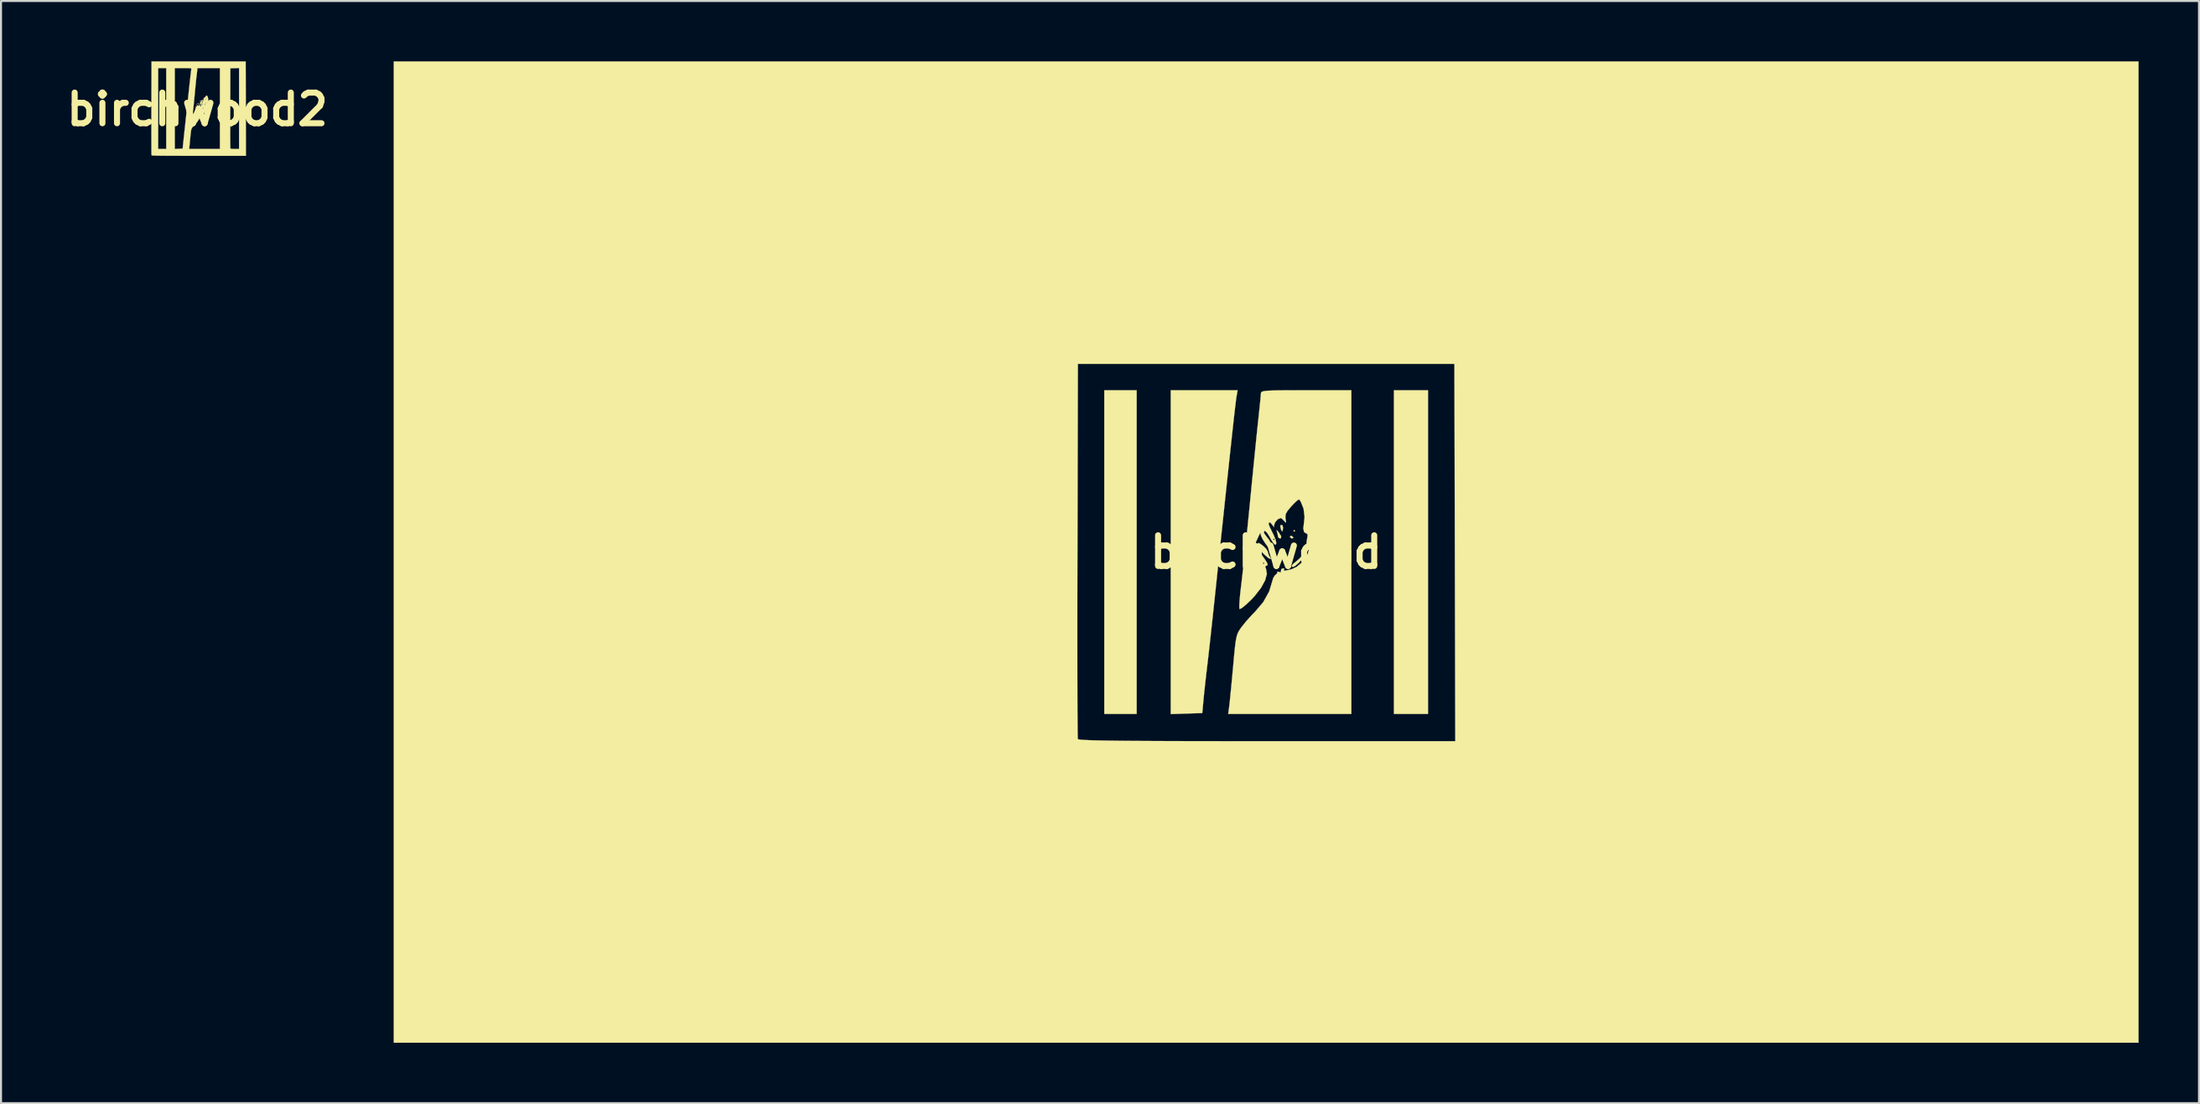
<source format=kicad_pcb>
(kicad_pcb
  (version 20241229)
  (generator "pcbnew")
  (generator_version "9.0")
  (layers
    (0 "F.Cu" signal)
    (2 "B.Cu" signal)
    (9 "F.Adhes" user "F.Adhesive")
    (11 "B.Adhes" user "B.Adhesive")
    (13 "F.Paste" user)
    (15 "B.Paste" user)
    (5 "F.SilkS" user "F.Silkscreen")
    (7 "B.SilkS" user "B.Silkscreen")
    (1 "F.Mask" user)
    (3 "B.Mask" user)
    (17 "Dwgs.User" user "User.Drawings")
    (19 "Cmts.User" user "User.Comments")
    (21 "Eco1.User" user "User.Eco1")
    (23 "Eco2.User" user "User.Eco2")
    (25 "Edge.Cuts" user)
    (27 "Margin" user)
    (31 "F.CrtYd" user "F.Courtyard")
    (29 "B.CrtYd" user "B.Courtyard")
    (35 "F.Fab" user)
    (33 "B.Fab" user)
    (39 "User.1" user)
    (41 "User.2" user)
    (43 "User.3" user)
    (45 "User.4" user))
  (footprint "birchwood2"
    (layer "F.Cu")
    (at 6.756 2.386)
    (property "Reference" "birchwood2" (at 0 0 0) (layer "F.SilkS") (effects (font (size 1.524 1.524) (thickness 0.3))))
    (attr through_hole)
    (fp_poly (pts (xy 0 -0.286) (xy -0.011 -0.275) (xy -0.021 -0.286) (xy -0.011 -0.296) (xy 0 -0.286)) (stroke (width 0.01) (type solid)) (fill yes) (layer "F.SilkS"))
    (fp_poly (pts (xy 0.042 0.095) (xy 0.032 0.106) (xy 0.021 0.095) (xy 0.032 0.085) (xy 0.042 0.095)) (stroke (width 0.01) (type solid)) (fill yes) (layer "F.SilkS"))
    (fp_poly (pts (xy 0.127 -0.413) (xy 0.116 -0.402) (xy 0.106 -0.413) (xy 0.116 -0.423) (xy 0.127 -0.413)) (stroke (width 0.01) (type solid)) (fill yes) (layer "F.SilkS"))
    (fp_poly (pts (xy 0.592 -0.088) (xy 0.593 -0.071) (xy 0.58 -0.021) (xy 0.561 0.012) (xy 0.542 0.035) (xy 0.539 0.027) (xy 0.552 -0.014) (xy 0.554 -0.021) (xy 0.575 -0.081) (xy 0.587 -0.103) (xy 0.592 -0.088)) (stroke (width 0.01) (type solid)) (fill yes) (layer "F.SilkS"))
    (fp_poly (pts (xy -0.023 -0.234) (xy 0.007 -0.203) (xy 0.038 -0.163) (xy 0.073 -0.109) (xy 0.095 -0.073) (xy 0.099 -0.064) (xy 0.082 -0.077) (xy 0.046 -0.112) (xy 0.023 -0.136) (xy -0.017 -0.184) (xy -0.037 -0.223) (xy -0.038 -0.235) (xy -0.023 -0.234)) (stroke (width 0.01) (type solid)) (fill yes) (layer "F.SilkS"))
    (fp_poly (pts (xy -0.044 -0.131) (xy -0.042 -0.121) (xy -0.029 -0.09) (xy 0.005 -0.044) (xy 0.022 -0.023) (xy 0.059 0.02) (xy 0.077 0.05) (xy 0.078 0.056) (xy 0.061 0.047) (xy 0.028 0.012) (xy 0.006 -0.015) (xy -0.045 -0.082) (xy -0.071 -0.123) (xy -0.076 -0.143) (xy -0.065 -0.148) (xy -0.044 -0.131)) (stroke (width 0.01) (type solid)) (fill yes) (layer "F.SilkS"))
    (fp_poly (pts (xy 2.408 -0.037) (xy 2.413 2.307) (xy 0.074 2.307) (xy -0.305 2.307) (xy -0.644 2.307) (xy -0.944 2.306) (xy -1.208 2.306) (xy -1.438 2.305) (xy -1.634 2.303) (xy -1.801 2.302) (xy -1.939 2.3) (xy -2.05 2.298) (xy -2.136 2.295) (xy -2.2 2.292) (xy -2.244 2.288) (xy -2.268 2.285) (xy -2.276 2.281) (xy -2.278 2.256) (xy -2.279 2.193) (xy -2.28 2.092) (xy -2.281 1.957) (xy -2.281 1.791) (xy -2.282 1.596) (xy -2.282 1.376) (xy -2.282 1.132) (xy -2.282 0.868) (xy -2.282 0.586) (xy -2.282 0.29) (xy -2.281 -0.019) (xy -2.281 -0.064) (xy -2.276 -2.053) (xy -1.947 -2.053) (xy -1.947 1.968) (xy -1.545 1.968) (xy -1.545 -2.053) (xy -1.122 -2.053) (xy -1.122 1.97) (xy -1.071 1.968) (xy -0.406 1.968) (xy 1.122 1.968) (xy 1.122 0.756) (xy 1.634 0.756) (xy 1.634 0.998) (xy 1.634 1.219) (xy 1.634 1.416) (xy 1.635 1.586) (xy 1.636 1.727) (xy 1.637 1.835) (xy 1.638 1.907) (xy 1.639 1.94) (xy 1.64 1.942) (xy 1.661 1.956) (xy 1.714 1.964) (xy 1.804 1.968) (xy 1.862 1.968) (xy 2.074 1.968) (xy 2.074 -2.055) (xy 1.857 -2.049) (xy 1.64 -2.043) (xy 1.635 -0.064) (xy 1.634 0.223) (xy 1.634 0.497) (xy 1.634 0.756) (xy 1.122 0.756) (xy 1.122 -2.053) (xy 0.003 -2.053) (xy -0.01 -1.91) (xy -0.021 -1.808) (xy -0.034 -1.696) (xy -0.043 -1.63) (xy -0.05 -1.575) (xy -0.06 -1.484) (xy -0.072 -1.364) (xy -0.087 -1.22) (xy -0.102 -1.06) (xy -0.118 -0.889) (xy -0.126 -0.804) (xy -0.142 -0.63) (xy -0.159 -0.461) (xy -0.174 -0.305) (xy -0.188 -0.169) (xy -0.199 -0.059) (xy -0.208 0.019) (xy -0.211 0.042) (xy -0.228 0.173) (xy -0.243 0.302) (xy -0.255 0.422) (xy -0.264 0.526) (xy -0.269 0.607) (xy -0.269 0.658) (xy -0.266 0.672) (xy -0.247 0.664) (xy -0.206 0.631) (xy -0.15 0.579) (xy -0.12 0.549) (xy -0.032 0.447) (xy 0.031 0.351) (xy 0.066 0.264) (xy 0.07 0.201) (xy 0.191 0.201) (xy 0.201 0.212) (xy 0.212 0.201) (xy 0.201 0.191) (xy 0.191 0.201) (xy 0.07 0.201) (xy 0.071 0.193) (xy 0.062 0.167) (xy 0.052 0.136) (xy 0.058 0.127) (xy 0.077 0.11) (xy 0.101 0.067) (xy 0.103 0.061) (xy 0.117 0.025) (xy 0.423 0.025) (xy 0.435 0.034) (xy 0.456 0.021) (xy 0.478 -0.005) (xy 0.478 -0.016) (xy 0.455 -0.016) (xy 0.43 0.005) (xy 0.423 0.025) (xy 0.117 0.025) (xy 0.121 0.014) (xy 0.117 -0.011) (xy 0.103 -0.023) (xy 0.091 -0.037) (xy 0.118 -0.042) (xy 0.123 -0.042) (xy 0.125 -0.042) (xy 0.265 -0.042) (xy 0.266 -0.023) (xy 0.274 -0.021) (xy 0.295 -0.037) (xy 0.296 -0.042) (xy 0.289 -0.063) (xy 0.287 -0.064) (xy 0.269 -0.049) (xy 0.265 -0.042) (xy 0.125 -0.042) (xy 0.158 -0.049) (xy 0.161 -0.074) (xy 0.487 -0.074) (xy 0.497 -0.064) (xy 0.508 -0.074) (xy 0.497 -0.085) (xy 0.487 -0.074) (xy 0.161 -0.074) (xy 0.161 -0.076) (xy 0.157 -0.09) (xy 0.145 -0.116) (xy 0.296 -0.116) (xy 0.307 -0.106) (xy 0.318 -0.116) (xy 0.307 -0.127) (xy 0.296 -0.116) (xy 0.145 -0.116) (xy 0.136 -0.138) (xy 0.101 -0.198) (xy 0.092 -0.211) (xy 0.061 -0.262) (xy 0.044 -0.299) (xy 0.042 -0.306) (xy 0.052 -0.3) (xy 0.079 -0.266) (xy 0.114 -0.212) (xy 0.154 -0.152) (xy 0.179 -0.126) (xy 0.192 -0.129) (xy 0.195 -0.139) (xy 0.19 -0.189) (xy 0.178 -0.212) (xy 0.153 -0.256) (xy 0.139 -0.295) (xy 0.191 -0.295) (xy 0.201 -0.252) (xy 0.203 -0.245) (xy 0.224 -0.218) (xy 0.246 -0.213) (xy 0.254 -0.229) (xy 0.244 -0.254) (xy 0.36 -0.254) (xy 0.368 -0.22) (xy 0.379 -0.212) (xy 0.39 -0.229) (xy 0.387 -0.254) (xy 0.375 -0.288) (xy 0.368 -0.296) (xy 0.361 -0.279) (xy 0.36 -0.254) (xy 0.244 -0.254) (xy 0.242 -0.257) (xy 0.223 -0.287) (xy 0.199 -0.308) (xy 0.191 -0.295) (xy 0.139 -0.295) (xy 0.137 -0.302) (xy 0.13 -0.342) (xy 0.143 -0.352) (xy 0.162 -0.346) (xy 0.188 -0.34) (xy 0.179 -0.356) (xy 0.175 -0.361) (xy 0.161 -0.389) (xy 0.175 -0.415) (xy 0.213 -0.415) (xy 0.229 -0.364) (xy 0.237 -0.345) (xy 0.254 -0.306) (xy 0.263 -0.304) (xy 0.269 -0.33) (xy 0.404 -0.33) (xy 0.408 -0.302) (xy 0.415 -0.302) (xy 0.42 -0.33) (xy 0.417 -0.343) (xy 0.407 -0.351) (xy 0.404 -0.33) (xy 0.269 -0.33) (xy 0.27 -0.333) (xy 0.263 -0.386) (xy 0.245 -0.414) (xy 0.219 -0.432) (xy 0.213 -0.415) (xy 0.175 -0.415) (xy 0.18 -0.423) (xy 0.183 -0.427) (xy 0.226 -0.461) (xy 0.262 -0.456) (xy 0.29 -0.429) (xy 0.309 -0.408) (xy 0.313 -0.419) (xy 0.307 -0.456) (xy 0.308 -0.487) (xy 0.36 -0.487) (xy 0.368 -0.469) (xy 0.374 -0.473) (xy 0.374 -0.477) (xy 0.413 -0.477) (xy 0.426 -0.481) (xy 0.427 -0.482) (xy 0.442 -0.519) (xy 0.44 -0.532) (xy 0.429 -0.537) (xy 0.418 -0.51) (xy 0.413 -0.477) (xy 0.374 -0.477) (xy 0.376 -0.498) (xy 0.374 -0.501) (xy 0.361 -0.498) (xy 0.36 -0.487) (xy 0.308 -0.487) (xy 0.309 -0.522) (xy 0.338 -0.571) (xy 0.367 -0.599) (xy 0.381 -0.603) (xy 0.381 -0.601) (xy 0.389 -0.603) (xy 0.402 -0.624) (xy 0.466 -0.624) (xy 0.476 -0.614) (xy 0.487 -0.624) (xy 0.476 -0.635) (xy 0.466 -0.624) (xy 0.402 -0.624) (xy 0.408 -0.633) (xy 0.44 -0.68) (xy 0.47 -0.686) (xy 0.5 -0.651) (xy 0.515 -0.62) (xy 0.536 -0.545) (xy 0.542 -0.464) (xy 0.533 -0.393) (xy 0.522 -0.365) (xy 0.516 -0.327) (xy 0.533 -0.29) (xy 0.56 -0.275) (xy 0.572 -0.266) (xy 0.574 -0.234) (xy 0.564 -0.171) (xy 0.558 -0.143) (xy 0.535 -0.055) (xy 0.506 0.003) (xy 0.472 0.038) (xy 0.424 0.077) (xy 0.387 0.107) (xy 0.385 0.108) (xy 0.362 0.134) (xy 0.37 0.143) (xy 0.399 0.136) (xy 0.44 0.112) (xy 0.445 0.109) (xy 0.485 0.084) (xy 0.507 0.08) (xy 0.508 0.084) (xy 0.49 0.112) (xy 0.443 0.144) (xy 0.382 0.17) (xy 0.355 0.178) (xy 0.311 0.182) (xy 0.297 0.164) (xy 0.296 0.16) (xy 0.283 0.138) (xy 0.263 0.141) (xy 0.24 0.165) (xy 0.241 0.18) (xy 0.231 0.207) (xy 0.201 0.229) (xy 0.158 0.268) (xy 0.136 0.332) (xy 0.093 0.465) (xy 0.015 0.596) (xy -0.074 0.699) (xy -0.141 0.768) (xy -0.207 0.845) (xy -0.242 0.889) (xy -0.259 0.913) (xy -0.274 0.934) (xy -0.286 0.957) (xy -0.297 0.986) (xy -0.306 1.025) (xy -0.316 1.078) (xy -0.325 1.15) (xy -0.336 1.244) (xy -0.348 1.364) (xy -0.363 1.516) (xy -0.381 1.702) (xy -0.397 1.868) (xy -0.406 1.968) (xy -1.071 1.968) (xy -0.926 1.964) (xy -0.73 1.958) (xy -0.707 1.736) (xy -0.685 1.52) (xy -0.662 1.302) (xy -0.639 1.086) (xy -0.616 0.878) (xy -0.595 0.681) (xy -0.576 0.503) (xy -0.559 0.347) (xy -0.545 0.219) (xy -0.535 0.123) (xy -0.529 0.074) (xy -0.522 0.014) (xy -0.511 -0.082) (xy -0.498 -0.208) (xy -0.481 -0.359) (xy -0.463 -0.528) (xy -0.444 -0.709) (xy -0.424 -0.897) (xy -0.423 -0.9) (xy -0.404 -1.086) (xy -0.384 -1.266) (xy -0.366 -1.432) (xy -0.35 -1.58) (xy -0.336 -1.702) (xy -0.325 -1.795) (xy -0.318 -1.851) (xy -0.318 -1.852) (xy -0.308 -1.93) (xy -0.3 -1.992) (xy -0.297 -2.026) (xy -0.297 -2.027) (xy -0.307 -2.036) (xy -0.339 -2.043) (xy -0.399 -2.048) (xy -0.49 -2.051) (xy -0.616 -2.053) (xy -0.709 -2.053) (xy -1.122 -2.053) (xy -1.545 -2.053) (xy -1.947 -2.053) (xy -2.276 -2.053) (xy -2.275 -2.381) (xy 2.402 -2.381) (xy 2.408 -0.037)) (stroke (width 0.01) (type solid)) (fill yes) (layer "F.SilkS")))
  (footprint "birchwood"
    (layer "F.Cu")
    (at 59.867 24.389)
    (property "Reference" "birchwood" (at 0 0 0) (layer "F.SilkS") (effects (font (size 1.524 1.524) (thickness 0.3))))
    (attr through_hole)
    (fp_poly (pts (xy -6.435 8.043) (xy -8.043 8.043) (xy -8.043 -8.043) (xy -6.435 -8.043) (xy -6.435 8.043)) (stroke (width 0.01) (type solid)) (fill yes) (layer "F.SilkS"))
    (fp_poly (pts (xy 1.439 -1.058) (xy 1.397 -1.016) (xy 1.355 -1.058) (xy 1.397 -1.101) (xy 1.439 -1.058)) (stroke (width 0.01) (type solid)) (fill yes) (layer "F.SilkS"))
    (fp_poly (pts (xy 8.043 8.043) (xy 6.35 8.043) (xy 6.35 -8.043) (xy 8.043 -8.043) (xy 8.043 8.043)) (stroke (width 0.01) (type solid)) (fill yes) (layer "F.SilkS"))
    (fp_poly (pts (xy 0.837 -1.242) (xy 0.83 -1.128) (xy 0.801 -1.021) (xy 0.762 -1.071) (xy 0.736 -1.134) (xy 0.704 -1.284) (xy 0.718 -1.339) (xy 0.795 -1.349) (xy 0.837 -1.242)) (stroke (width 0.01) (type solid)) (fill yes) (layer "F.SilkS"))
    (fp_poly (pts (xy 0.905 -0.03) (xy 0.889 0) (xy 0.809 0.081) (xy 0.794 0.085) (xy 0.789 0.03) (xy 0.804 0) (xy 0.884 -0.081) (xy 0.899 -0.085) (xy 0.905 -0.03)) (stroke (width 0.01) (type solid)) (fill yes) (layer "F.SilkS"))
    (fp_poly (pts (xy 1.27 -0.804) (xy 1.351 -0.728) (xy 1.355 -0.715) (xy 1.289 -0.678) (xy 1.27 -0.677) (xy 1.189 -0.742) (xy 1.185 -0.767) (xy 1.237 -0.818) (xy 1.27 -0.804)) (stroke (width 0.01) (type solid)) (fill yes) (layer "F.SilkS"))
    (fp_poly (pts (xy 0.562 -1.058) (xy 0.628 -0.979) (xy 0.746 -0.793) (xy 0.736 -0.692) (xy 0.677 -0.677) (xy 0.595 -0.737) (xy 0.593 -0.755) (xy 0.569 -0.896) (xy 0.543 -0.988) (xy 0.518 -1.088) (xy 0.562 -1.058)) (stroke (width 0.01) (type solid)) (fill yes) (layer "F.SilkS"))
    (fp_poly (pts (xy 1.988 -0.006) (xy 1.986 0) (xy 1.904 0.178) (xy 1.766 0.371) (xy 1.602 0.55) (xy 1.445 0.684) (xy 1.324 0.744) (xy 1.27 0.701) (xy 1.27 0.69) (xy 1.334 0.593) (xy 1.486 0.471) (xy 1.681 0.299) (xy 1.863 0.075) (xy 1.873 0.059) (xy 1.979 -0.099) (xy 2.012 -0.118) (xy 1.988 -0.006)) (stroke (width 0.01) (type solid)) (fill yes) (layer "F.SilkS"))
    (fp_poly (pts (xy -0.335 -0.439) (xy -0.17 -0.326) (xy -0.169 -0.325) (xy -0.002 -0.167) (xy 0.082 -0.021) (xy 0.085 -0.001) (xy 0.141 0.178) (xy 0.186 0.237) (xy 0.233 0.322) (xy 0.203 0.339) (xy 0.097 0.282) (xy -0.071 0.14) (xy -0.153 0.059) (xy -0.317 -0.14) (xy -0.413 -0.316) (xy -0.423 -0.366) (xy -0.408 -0.45) (xy -0.335 -0.439)) (stroke (width 0.01) (type solid)) (fill yes) (layer "F.SilkS"))
    (fp_poly (pts (xy -1.474 -7.726) (xy -1.497 -7.564) (xy -1.535 -7.252) (xy -1.589 -6.788) (xy -1.658 -6.169) (xy -1.742 -5.395) (xy -1.843 -4.462) (xy -1.96 -3.37) (xy -2.093 -2.115) (xy -2.243 -0.697) (xy -2.41 0.886) (xy -2.494 1.693) (xy -2.572 2.427) (xy -2.65 3.158) (xy -2.726 3.856) (xy -2.795 4.49) (xy -2.856 5.031) (xy -2.904 5.447) (xy -2.921 5.588) (xy -2.978 6.075) (xy -3.035 6.579) (xy -3.084 7.033) (xy -3.112 7.324) (xy -3.175 8.001) (xy -3.958 8.025) (xy -4.741 8.05) (xy -4.741 -8.043) (xy -1.417 -8.043) (xy -1.474 -7.726)) (stroke (width 0.01) (type solid)) (fill yes) (layer "F.SilkS"))
    (fp_poly (pts (xy 43.349 24.384) (xy -43.349 24.384) (xy -43.349 4.551) (xy -9.383 4.551) (xy -9.382 5.538) (xy -9.381 6.434) (xy -9.379 7.228) (xy -9.377 7.91) (xy -9.373 8.468) (xy -9.369 8.891) (xy -9.365 9.168) (xy -9.36 9.288) (xy -9.359 9.292) (xy -9.321 9.309) (xy -9.215 9.325) (xy -9.034 9.338) (xy -8.769 9.35) (xy -8.412 9.36) (xy -7.957 9.369) (xy -7.394 9.377) (xy -6.717 9.383) (xy -5.916 9.388) (xy -4.985 9.392) (xy -3.915 9.395) (xy -2.699 9.397) (xy -1.328 9.398) (xy 0.04 9.398) (xy 9.399 9.398) (xy 9.377 0.021) (xy 9.356 -9.356) (xy -9.356 -9.356) (xy -9.377 -0.085) (xy -9.38 1.155) (xy -9.382 2.349) (xy -9.383 3.484) (xy -9.383 4.551) (xy -43.349 4.551) (xy -43.349 -24.384) (xy 43.349 -24.384) (xy 43.349 24.384)) (stroke (width 0.01) (type solid)) (fill yes) (layer "F.SilkS"))
    (fp_poly (pts (xy 4.233 8.043) (xy -1.886 8.043) (xy -1.837 7.684) (xy -1.813 7.485) (xy -1.779 7.152) (xy -1.736 6.718) (xy -1.689 6.218) (xy -1.643 5.715) (xy -1.593 5.156) (xy -1.551 4.737) (xy -1.512 4.432) (xy -1.47 4.212) (xy -1.419 4.05) (xy -1.354 3.919) (xy -1.268 3.789) (xy -1.222 3.725) (xy -0.999 3.447) (xy -0.724 3.141) (xy -0.55 2.963) (xy -0.143 2.484) (xy 0.15 1.956) (xy 0.289 1.498) (xy 0.356 1.279) (xy 0.448 1.142) (xy 0.47 1.13) (xy 0.552 1.05) (xy 0.545 1.008) (xy 0.568 0.971) (xy 0.644 0.989) (xy 0.744 1.002) (xy 0.734 0.955) (xy 0.749 0.854) (xy 0.809 0.814) (xy 0.896 0.809) (xy 0.888 0.848) (xy 0.87 0.912) (xy 0.946 0.924) (xy 1.143 0.882) (xy 1.294 0.841) (xy 1.518 0.733) (xy 1.736 0.551) (xy 1.924 0.33) (xy 2.06 0.103) (xy 2.122 -0.097) (xy 2.088 -0.235) (xy 2.036 -0.268) (xy 1.997 -0.365) (xy 2.02 -0.584) (xy 2.027 -0.614) (xy 2.062 -0.827) (xy 2.033 -0.918) (xy 1.981 -0.931) (xy 1.881 -1.003) (xy 1.846 -1.181) (xy 1.863 -1.312) (xy 1.91 -1.742) (xy 1.859 -2.16) (xy 1.72 -2.508) (xy 1.637 -2.621) (xy 1.567 -2.585) (xy 1.419 -2.451) (xy 1.26 -2.285) (xy 1.063 -2.053) (xy 0.97 -1.882) (xy 0.955 -1.721) (xy 0.965 -1.654) (xy 0.99 -1.489) (xy 0.964 -1.469) (xy 0.899 -1.545) (xy 0.781 -1.664) (xy 0.717 -1.693) (xy 0.571 -1.627) (xy 0.442 -1.476) (xy 0.388 -1.315) (xy 0.393 -1.283) (xy 0.389 -1.241) (xy 0.321 -1.332) (xy 0.319 -1.336) (xy 0.217 -1.46) (xy 0.149 -1.475) (xy 0.124 -1.431) (xy 0.137 -1.352) (xy 0.199 -1.203) (xy 0.323 -0.949) (xy 0.367 -0.861) (xy 0.468 -0.619) (xy 0.505 -0.443) (xy 0.474 -0.367) (xy 0.422 -0.382) (xy 0.333 -0.485) (xy 0.241 -0.635) (xy 0.339 -0.635) (xy 0.381 -0.593) (xy 0.423 -0.635) (xy 0.381 -0.677) (xy 0.339 -0.635) (xy 0.241 -0.635) (xy 0.212 -0.682) (xy 0.165 -0.771) (xy 0.045 -0.961) (xy -0.061 -1.053) (xy -0.094 -1.052) (xy -0.112 -0.957) (xy -0.016 -0.817) (xy 0.148 -0.603) (xy 0.279 -0.374) (xy 0.356 -0.176) (xy 0.355 -0.056) (xy 0.344 -0.046) (xy 0.256 -0.08) (xy 0.12 -0.219) (xy -0.032 -0.419) (xy -0.169 -0.635) (xy -0.259 -0.824) (xy -0.276 -0.921) (xy -0.289 -0.957) (xy -0.346 -0.853) (xy -0.349 -0.847) (xy -0.447 -0.63) (xy -0.514 -0.492) (xy -0.525 -0.365) (xy -0.441 -0.176) (xy -0.251 0.098) (xy -0.046 0.383) (xy 0.058 0.56) (xy 0.071 0.651) (xy 0.000389 0.677) (xy -0.003 0.677) (xy -0.047 0.731) (xy -0.005 0.837) (xy 0.036 1.085) (xy -0.052 1.406) (xy -0.256 1.778) (xy -0.567 2.18) (xy -0.744 2.369) (xy -0.99 2.603) (xy -1.185 2.763) (xy -1.304 2.829) (xy -1.328 2.82) (xy -1.335 2.695) (xy -1.323 2.447) (xy -1.294 2.121) (xy -1.278 1.974) (xy -1.204 1.345) (xy -1.142 0.797) (xy -1.114 0.55) (xy -0.169 0.55) (xy -0.127 0.593) (xy -0.085 0.55) (xy -0.127 0.508) (xy -0.169 0.55) (xy -1.114 0.55) (xy -1.086 0.296) (xy -1.033 -0.192) (xy -0.979 -0.703) (xy -0.922 -1.27) (xy -0.856 -1.929) (xy -0.779 -2.714) (xy -0.759 -2.921) (xy -0.689 -3.635) (xy -0.618 -4.353) (xy -0.549 -5.04) (xy -0.486 -5.665) (xy -0.431 -6.194) (xy -0.389 -6.592) (xy -0.383 -6.646) (xy -0.338 -7.071) (xy -0.299 -7.444) (xy -0.272 -7.728) (xy -0.259 -7.885) (xy -0.259 -7.895) (xy -0.247 -7.94) (xy -0.202 -7.974) (xy -0.105 -8) (xy 0.063 -8.019) (xy 0.32 -8.031) (xy 0.685 -8.039) (xy 1.178 -8.042) (xy 1.817 -8.043) (xy 1.99 -8.043) (xy 4.233 -8.043) (xy 4.233 8.043)) (stroke (width 0.01) (type solid)) (fill yes) (layer "F.SilkS")))
  (gr_rect
    (start -3 -3)
    (end 106.222 51.778)
    (stroke (width 0.1) (type default))
    (fill no)
    (layer "Edge.Cuts")))
</source>
